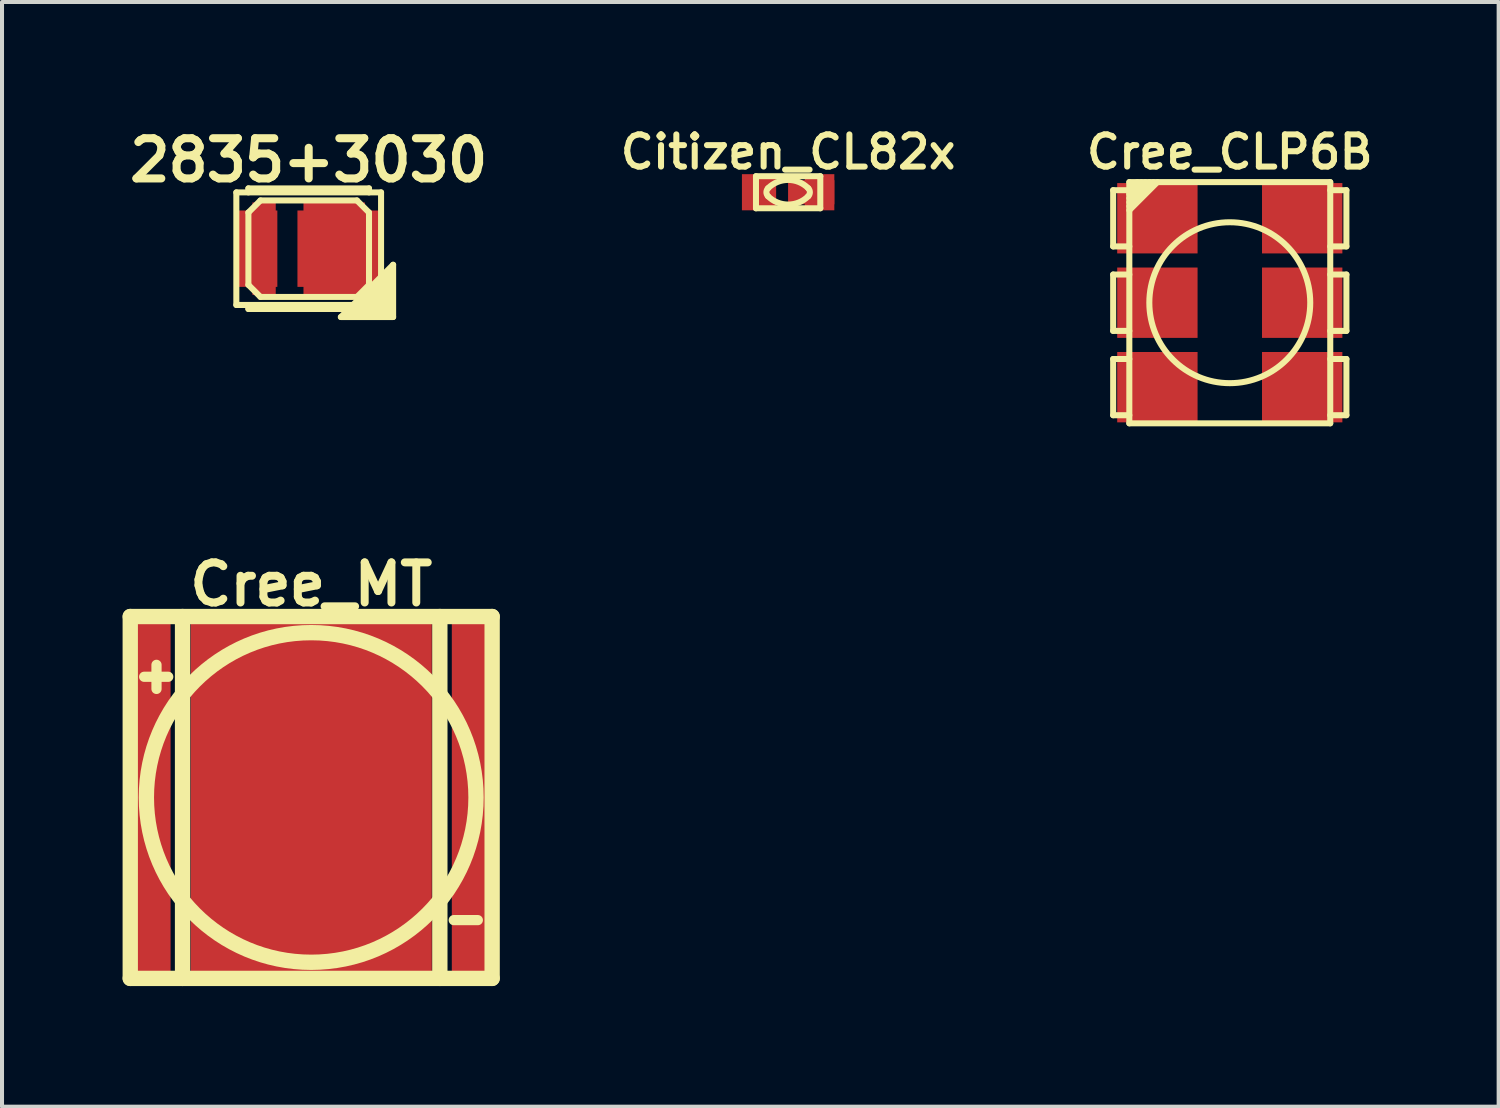
<source format=kicad_pcb>
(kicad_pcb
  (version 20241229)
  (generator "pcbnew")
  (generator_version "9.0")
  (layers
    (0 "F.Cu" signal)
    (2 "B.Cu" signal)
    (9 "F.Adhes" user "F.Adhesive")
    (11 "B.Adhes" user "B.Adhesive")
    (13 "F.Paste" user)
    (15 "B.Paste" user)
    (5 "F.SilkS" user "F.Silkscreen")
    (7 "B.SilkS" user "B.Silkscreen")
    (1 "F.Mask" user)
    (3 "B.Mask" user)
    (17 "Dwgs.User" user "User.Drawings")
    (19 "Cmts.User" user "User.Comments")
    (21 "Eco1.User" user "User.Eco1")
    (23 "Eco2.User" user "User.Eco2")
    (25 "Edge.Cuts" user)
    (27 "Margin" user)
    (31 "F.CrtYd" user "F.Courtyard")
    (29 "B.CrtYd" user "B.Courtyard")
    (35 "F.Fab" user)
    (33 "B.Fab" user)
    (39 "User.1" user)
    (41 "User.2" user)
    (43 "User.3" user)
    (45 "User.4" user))
  (footprint "Cree_MT"
    (layer "F.Cu")
    (at 4.691 16.787)
    (property "Reference" "Cree_MT" (at 0 -5.301 0) (layer "F.SilkS") (effects (font (size 0.998 0.998) (thickness 0.198))))
    (attr smd)
    (fp_line (start -4.501 -4.501) (end 4.501 -4.501) (stroke (width 0.381) (type solid)) (layer "F.SilkS"))
    (fp_line (start -4.501 4.501) (end -4.501 -4.501) (stroke (width 0.381) (type solid)) (layer "F.SilkS"))
    (fp_line (start -3.848 -3.299) (end -3.848 -2.7) (stroke (width 0.254) (type solid)) (layer "F.SilkS"))
    (fp_line (start -3.556 -3.002) (end -4.155 -3.002) (stroke (width 0.254) (type solid)) (layer "F.SilkS"))
    (fp_line (start -3.2 4.501) (end -3.2 -4.501) (stroke (width 0.381) (type solid)) (layer "F.SilkS"))
    (fp_line (start 3.2 -4.501) (end 3.2 4.501) (stroke (width 0.381) (type solid)) (layer "F.SilkS"))
    (fp_line (start 4.145 3.051) (end 3.546 3.051) (stroke (width 0.254) (type solid)) (layer "F.SilkS"))
    (fp_line (start 4.501 -4.501) (end 4.501 4.501) (stroke (width 0.381) (type solid)) (layer "F.SilkS"))
    (fp_line (start 4.501 4.501) (end -4.501 4.501) (stroke (width 0.381) (type solid)) (layer "F.SilkS"))
    (fp_circle (center 0 0) (end -4.1 0) (stroke (width 0.381) (type solid)) (fill no) (layer "F.SilkS"))
    (pad "" smd rect (at -3.973 0) (size 0.889 6.198) (layers "F.Mask" "F.Paste"))
    (pad "" smd rect (at -1.488 -2.443) (size 1.905 3.175) (layers "F.Mask" "F.Paste"))
    (pad "" smd rect (at -1.488 2.443) (size 1.905 3.175) (layers "F.Mask" "F.Paste"))
    (pad "" smd rect (at 1.488 -2.443) (size 1.905 3.175) (layers "F.Mask" "F.Paste"))
    (pad "" smd rect (at 1.488 2.443) (size 1.905 3.175) (layers "F.Mask" "F.Paste"))
    (pad "" smd rect (at 3.973 0) (size 0.889 6.198) (layers "F.Mask" "F.Paste"))
    (pad "1" smd rect (at -3.973 0) (size 0.95 8.895) (layers "F.Cu" "F.Mask"))
    (pad "2" smd rect (at 3.973 0) (size 0.95 8.895) (layers "F.Cu" "F.Mask"))
    (pad "3" smd rect (at 0 0) (size 5.999 8.895) (layers "F.Cu" "F.Mask")))
  (footprint "2835+3030"
    (layer "F.Cu")
    (at 4.629 3.136)
    (property "Reference" "2835+3030" (at 0 -2.2 0) (layer "F.SilkS") (effects (font (size 1 1) (thickness 0.2))))
    (attr smd)
    (fp_line (start -1.8 -1.4) (end 1.8 -1.4) (stroke (width 0.15) (type solid)) (layer "F.SilkS"))
    (fp_line (start -1.8 1.4) (end -1.8 -1.4) (stroke (width 0.15) (type solid)) (layer "F.SilkS"))
    (fp_line (start -1.5 -1.5) (end 1.5 -1.5) (stroke (width 0.15) (type solid)) (layer "F.SilkS"))
    (fp_line (start -1.5 -1.4) (end -1.5 -1.5) (stroke (width 0.15) (type solid)) (layer "F.SilkS"))
    (fp_line (start -1.5 -0.9) (end -1.2 -1.2) (stroke (width 0.15) (type solid)) (layer "F.SilkS"))
    (fp_line (start -1.5 0.9) (end -1.5 -0.9) (stroke (width 0.15) (type solid)) (layer "F.SilkS"))
    (fp_line (start -1.5 1.4) (end -1.5 1.5) (stroke (width 0.15) (type solid)) (layer "F.SilkS"))
    (fp_line (start -1.5 1.5) (end 1.5 1.5) (stroke (width 0.15) (type solid)) (layer "F.SilkS"))
    (fp_line (start -1.2 -1.2) (end 1.2 -1.2) (stroke (width 0.15) (type solid)) (layer "F.SilkS"))
    (fp_line (start -1.2 1.2) (end -1.5 0.9) (stroke (width 0.15) (type solid)) (layer "F.SilkS"))
    (fp_line (start 0.8 1.7) (end 1.1 1.4) (stroke (width 0.15) (type solid)) (layer "F.SilkS"))
    (fp_line (start 0.9 1.6) (end 2 1.6) (stroke (width 0.15) (type solid)) (layer "F.SilkS"))
    (fp_line (start 1.1 1.4) (end 1.8 0.7) (stroke (width 0.15) (type solid)) (layer "F.SilkS"))
    (fp_line (start 1.2 -1.2) (end 1.5 -0.9) (stroke (width 0.15) (type solid)) (layer "F.SilkS"))
    (fp_line (start 1.2 1.2) (end -1.2 1.2) (stroke (width 0.15) (type solid)) (layer "F.SilkS"))
    (fp_line (start 1.2 1.4) (end 1.8 0.8) (stroke (width 0.15) (type solid)) (layer "F.SilkS"))
    (fp_line (start 1.3 1.4) (end 1.8 0.9) (stroke (width 0.15) (type solid)) (layer "F.SilkS"))
    (fp_line (start 1.4 1.4) (end 1.8 1) (stroke (width 0.15) (type solid)) (layer "F.SilkS"))
    (fp_line (start 1.5 -1.5) (end 1.5 -1.4) (stroke (width 0.15) (type solid)) (layer "F.SilkS"))
    (fp_line (start 1.5 -0.9) (end 1.5 0.9) (stroke (width 0.15) (type solid)) (layer "F.SilkS"))
    (fp_line (start 1.5 0.9) (end 1.2 1.2) (stroke (width 0.15) (type solid)) (layer "F.SilkS"))
    (fp_line (start 1.5 1.4) (end 1.8 1.1) (stroke (width 0.15) (type solid)) (layer "F.SilkS"))
    (fp_line (start 1.5 1.5) (end 1.5 1.4) (stroke (width 0.15) (type solid)) (layer "F.SilkS"))
    (fp_line (start 1.8 -1.4) (end 1.8 1.4) (stroke (width 0.15) (type solid)) (layer "F.SilkS"))
    (fp_line (start 1.8 0.7) (end 2.1 0.4) (stroke (width 0.15) (type solid)) (layer "F.SilkS"))
    (fp_line (start 1.8 1.2) (end 1.6 1.4) (stroke (width 0.15) (type solid)) (layer "F.SilkS"))
    (fp_line (start 1.8 1.4) (end -1.8 1.4) (stroke (width 0.15) (type solid)) (layer "F.SilkS"))
    (fp_line (start 1.9 0.7) (end 1.9 1.5) (stroke (width 0.15) (type solid)) (layer "F.SilkS"))
    (fp_line (start 1.9 1.5) (end 1.1 1.5) (stroke (width 0.15) (type solid)) (layer "F.SilkS"))
    (fp_line (start 2 1.6) (end 2 0.6) (stroke (width 0.15) (type solid)) (layer "F.SilkS"))
    (fp_line (start 2.1 0.4) (end 2.1 1.7) (stroke (width 0.15) (type solid)) (layer "F.SilkS"))
    (fp_line (start 2.1 1.7) (end 0.8 1.7) (stroke (width 0.15) (type solid)) (layer "F.SilkS"))
    (pad "1" smd rect (at -1.265 0) (size 0.97 1.9) (layers "F.Cu" "F.Mask" "F.Paste"))
    (pad "1" smd rect (at -1.11 0) (size 0.58 2.3) (layers "F.Cu" "F.Mask" "F.Paste"))
    (pad "2" smd rect (at 0.635 0) (size 1.53 2.3) (layers "F.Cu" "F.Mask" "F.Paste"))
    (pad "2" smd rect (at 0.735 0) (size 2.03 1.9) (layers "F.Cu" "F.Mask" "F.Paste")))
  (footprint "Cree_CLP6B"
    (layer "F.Cu")
    (at 27.541 4.48)
    (property "Reference" "Cree_CLP6B" (at 0 -3.749 0) (layer "F.SilkS") (effects (font (size 0.8 0.8) (thickness 0.15))))
    (attr smd)
    (fp_line (start -2.901 -2.799) (end -2.901 -1.4) (stroke (width 0.15) (type solid)) (layer "F.SilkS"))
    (fp_line (start -2.901 -1.4) (end -2.499 -1.4) (stroke (width 0.15) (type solid)) (layer "F.SilkS"))
    (fp_line (start -2.901 -0.701) (end -2.901 0.701) (stroke (width 0.15) (type solid)) (layer "F.SilkS"))
    (fp_line (start -2.901 0.701) (end -2.499 0.701) (stroke (width 0.15) (type solid)) (layer "F.SilkS"))
    (fp_line (start -2.901 1.4) (end -2.901 2.799) (stroke (width 0.15) (type solid)) (layer "F.SilkS"))
    (fp_line (start -2.901 2.799) (end -2.499 2.799) (stroke (width 0.15) (type solid)) (layer "F.SilkS"))
    (fp_line (start -2.499 -3) (end -2.499 3) (stroke (width 0.15) (type solid)) (layer "F.SilkS"))
    (fp_line (start -2.499 -2.799) (end -2.901 -2.799) (stroke (width 0.15) (type solid)) (layer "F.SilkS"))
    (fp_line (start -2.499 -2.799) (end -2.301 -3) (stroke (width 0.15) (type solid)) (layer "F.SilkS"))
    (fp_line (start -2.499 -2.7) (end -2.2 -3) (stroke (width 0.15) (type solid)) (layer "F.SilkS"))
    (fp_line (start -2.499 -2.601) (end -2.101 -3) (stroke (width 0.15) (type solid)) (layer "F.SilkS"))
    (fp_line (start -2.499 -2.499) (end -1.999 -3) (stroke (width 0.15) (type solid)) (layer "F.SilkS"))
    (fp_line (start -2.499 -2.4) (end -1.9 -3) (stroke (width 0.15) (type solid)) (layer "F.SilkS"))
    (fp_line (start -2.499 -2.301) (end -1.801 -3) (stroke (width 0.15) (type solid)) (layer "F.SilkS"))
    (fp_line (start -2.499 -0.701) (end -2.901 -0.701) (stroke (width 0.15) (type solid)) (layer "F.SilkS"))
    (fp_line (start -2.499 1.4) (end -2.901 1.4) (stroke (width 0.15) (type solid)) (layer "F.SilkS"))
    (fp_line (start -2.499 3) (end 2.499 3) (stroke (width 0.15) (type solid)) (layer "F.SilkS"))
    (fp_line (start 2.499 -3) (end -2.499 -3) (stroke (width 0.15) (type solid)) (layer "F.SilkS"))
    (fp_line (start 2.499 -1.4) (end 2.901 -1.4) (stroke (width 0.15) (type solid)) (layer "F.SilkS"))
    (fp_line (start 2.499 0.701) (end 2.901 0.701) (stroke (width 0.15) (type solid)) (layer "F.SilkS"))
    (fp_line (start 2.499 2.799) (end 2.901 2.799) (stroke (width 0.15) (type solid)) (layer "F.SilkS"))
    (fp_line (start 2.499 3) (end 2.499 -3) (stroke (width 0.15) (type solid)) (layer "F.SilkS"))
    (fp_line (start 2.901 -2.799) (end 2.499 -2.799) (stroke (width 0.15) (type solid)) (layer "F.SilkS"))
    (fp_line (start 2.901 -1.4) (end 2.901 -2.799) (stroke (width 0.15) (type solid)) (layer "F.SilkS"))
    (fp_line (start 2.901 -0.701) (end 2.499 -0.701) (stroke (width 0.15) (type solid)) (layer "F.SilkS"))
    (fp_line (start 2.901 0.701) (end 2.901 -0.701) (stroke (width 0.15) (type solid)) (layer "F.SilkS"))
    (fp_line (start 2.901 1.4) (end 2.499 1.4) (stroke (width 0.15) (type solid)) (layer "F.SilkS"))
    (fp_line (start 2.901 2.799) (end 2.901 1.4) (stroke (width 0.15) (type solid)) (layer "F.SilkS"))
    (fp_circle (center 0 0) (end -1.999 0.099) (stroke (width 0.15) (type solid)) (fill no) (layer "F.SilkS"))
    (pad "1" smd rect (at -1.801 -2.101) (size 1.999 1.75) (layers "F.Cu" "F.Mask" "F.Paste"))
    (pad "2" smd rect (at -1.801 0) (size 1.999 1.75) (layers "F.Cu" "F.Mask" "F.Paste"))
    (pad "3" smd rect (at -1.801 2.101) (size 1.999 1.75) (layers "F.Cu" "F.Mask" "F.Paste"))
    (pad "4" smd rect (at 1.801 2.101) (size 1.999 1.75) (layers "F.Cu" "F.Mask" "F.Paste"))
    (pad "5" smd rect (at 1.801 0) (size 1.999 1.75) (layers "F.Cu" "F.Mask" "F.Paste"))
    (pad "6" smd rect (at 1.801 -2.101) (size 1.999 1.75) (layers "F.Cu" "F.Mask" "F.Paste")))
  (footprint "Citizen_CL82x"
    (layer "F.Cu")
    (at 16.555 1.732)
    (property "Reference" "Citizen_CL82x" (at 0 -1.001 0) (layer "F.SilkS") (effects (font (size 0.8 0.8) (thickness 0.15))))
    (attr smd)
    (fp_line (start -0.8 -0.399) (end 0.8 -0.399) (stroke (width 0.15) (type solid)) (layer "F.SilkS"))
    (fp_line (start -0.8 0.399) (end -0.8 -0.399) (stroke (width 0.15) (type solid)) (layer "F.SilkS"))
    (fp_line (start 0.8 -0.399) (end 0.8 0.399) (stroke (width 0.15) (type solid)) (layer "F.SilkS"))
    (fp_line (start 0.8 0.399) (end -0.8 0.399) (stroke (width 0.15) (type solid)) (layer "F.SilkS"))
    (fp_arc (start -0.50038 -0.09906) (mid 0 -0.306324) (end 0.50038 -0.09906) (stroke (width 0.14986) (type solid)) (layer "F.SilkS"))
    (fp_arc (start -0.50038 0.09906) (mid -0.540668 -0.001796) (end -0.49784 -0.1016) (stroke (width 0.14986) (type solid)) (layer "F.SilkS"))
    (fp_arc (start 0.50038 -0.09906) (mid 0.540668 0.001796) (end 0.49784 0.1016) (stroke (width 0.14986) (type solid)) (layer "F.SilkS"))
    (fp_arc (start 0.50038 0.09906) (mid 0 0.306324) (end -0.50038 0.09906) (stroke (width 0.14986) (type solid)) (layer "F.SilkS"))
    (pad "1" smd rect (at -0.724 0) (size 0.851 0.899) (layers "F.Cu" "F.Mask" "F.Paste"))
    (pad "2" smd rect (at 0.574 0) (size 1.151 0.599) (layers "F.Cu" "F.Mask" "F.Paste"))
    (pad "2" smd rect (at 0.782 0) (size 0.734 0.899) (layers "F.Cu" "F.Mask" "F.Paste")))
  (gr_rect
    (start -3 -3)
    (end 34.229 24.479)
    (stroke (width 0.1) (type default))
    (fill no)
    (layer "Edge.Cuts")))
</source>
